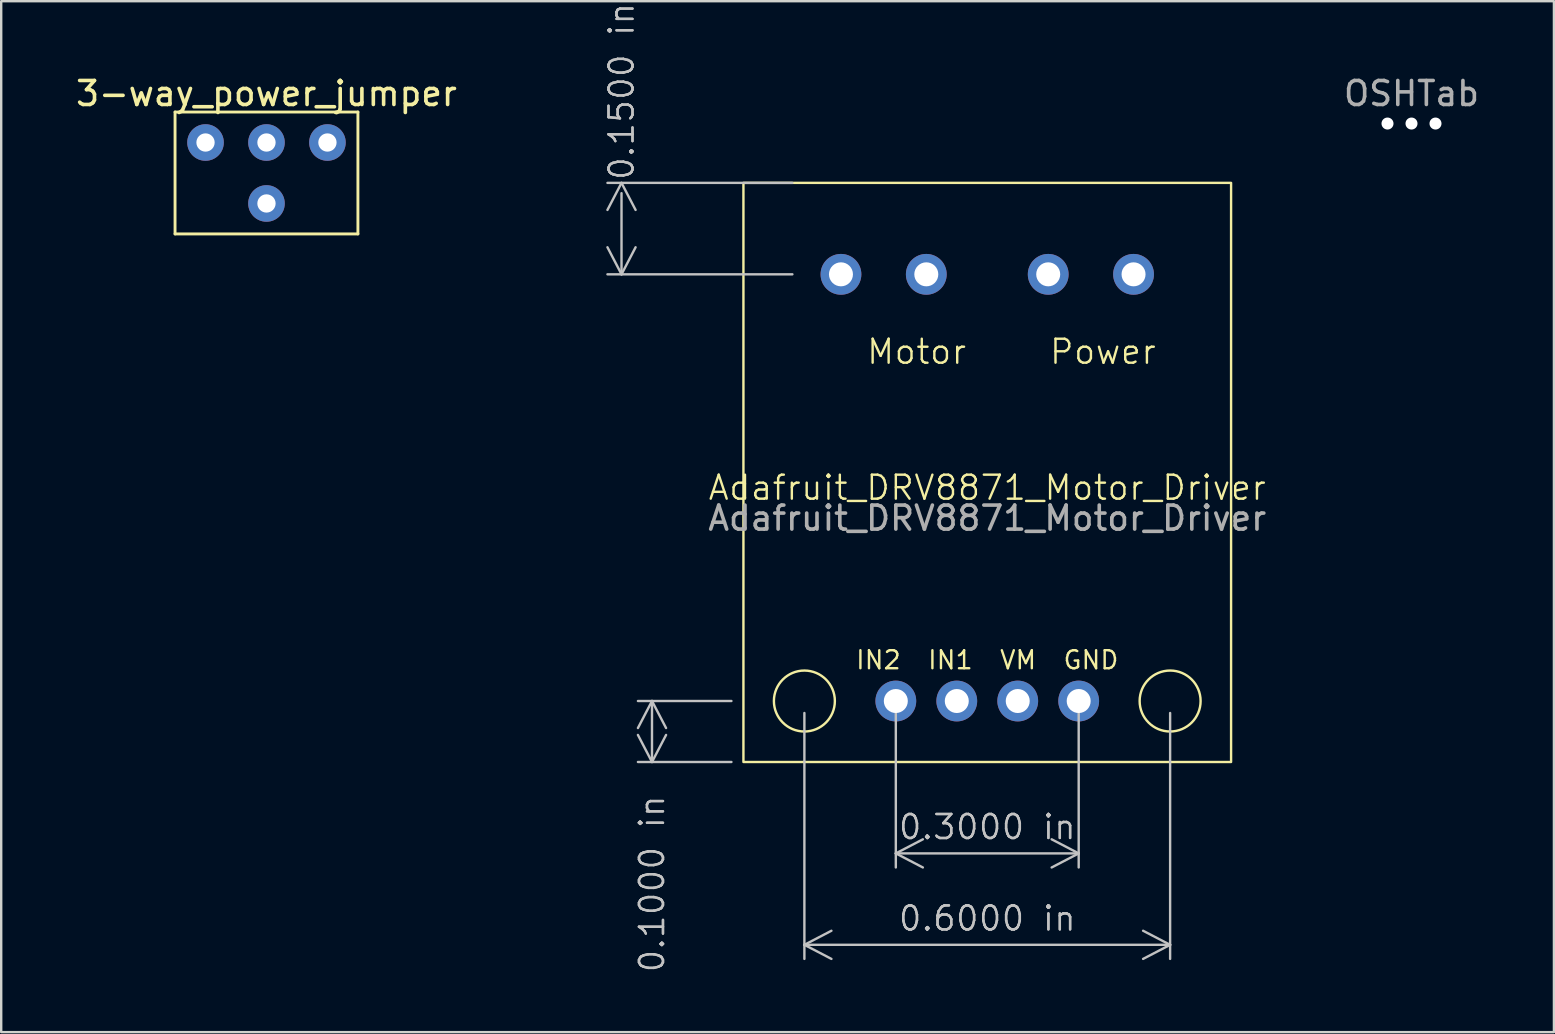
<source format=kicad_pcb>
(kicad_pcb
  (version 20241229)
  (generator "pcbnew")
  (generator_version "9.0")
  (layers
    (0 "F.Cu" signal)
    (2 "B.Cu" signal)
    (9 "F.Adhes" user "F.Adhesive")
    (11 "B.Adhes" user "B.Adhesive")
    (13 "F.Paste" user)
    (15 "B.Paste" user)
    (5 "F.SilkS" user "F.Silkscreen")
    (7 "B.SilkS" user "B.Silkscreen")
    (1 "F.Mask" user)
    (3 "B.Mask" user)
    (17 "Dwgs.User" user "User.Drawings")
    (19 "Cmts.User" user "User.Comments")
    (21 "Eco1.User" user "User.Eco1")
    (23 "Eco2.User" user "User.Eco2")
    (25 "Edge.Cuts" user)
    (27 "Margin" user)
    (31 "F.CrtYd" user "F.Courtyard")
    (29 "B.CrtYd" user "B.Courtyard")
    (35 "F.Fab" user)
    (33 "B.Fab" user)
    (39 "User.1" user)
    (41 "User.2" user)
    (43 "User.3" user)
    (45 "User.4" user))
  (footprint "Adafruit_DRV8871_Motor_Driver"
    (layer "F.Cu")
    (at 27.928 4.571)
    (property "Reference" "Adafruit_DRV8871_Motor_Driver" (at 10.16 12.7 0) (unlocked yes) (layer "F.SilkS") (effects (font (size 1 1) (thickness 0.1))))
    (attr smd)
    (fp_rect (start 0 0) (end 20.32 24.13) (stroke (width 0.1) (type default)) (fill no) (layer "F.SilkS"))
    (fp_circle (center 2.54 21.59) (end 3.81 21.59) (stroke (width 0.1) (type default)) (fill no) (layer "F.SilkS"))
    (fp_circle (center 17.78 21.59) (end 19.05 21.59) (stroke (width 0.1) (type default)) (fill no) (layer "F.SilkS"))
    (fp_text user "Power" (at 12.7 7.62 0) (unlocked yes) (layer "F.SilkS") (effects (font (size 1 1) (thickness 0.1)) (justify left bottom)))
    (fp_text user "Motor" (at 5.08 7.62 0) (unlocked yes) (layer "F.SilkS") (effects (font (size 1 1) (thickness 0.1)) (justify left bottom)))
    (fp_text user "IN2  IN1  VM  GND" (at 10.16 20.32 0) (unlocked yes) (layer "F.SilkS") (effects (font (size 0.75 0.75) (thickness 0.1)) (justify bottom)))
    (fp_text user "${REFERENCE}" (at 10.16 13.97 0) (unlocked yes) (layer "F.Fab") (effects (font (size 1 1) (thickness 0.15))))
    (dimension (type aligned) (layer "Dwgs.User") (pts (xy 34.278 26.16) (xy 41.898 26.16)) (height 6.35) (format (prefix "") (suffix "") (units 0) (units_format 1) (precision 4)) (style (thickness 0.1) (arrow_length 1.27) (text_position_mode 0) (arrow_direction outward) (extension_height 0.586) (extension_offset 0.5) (keep_text_aligned yes)) (gr_text "0.3000 in" (at 38.088 31.41 0) (layer "Dwgs.User") (effects (font (size 1 1) (thickness 0.1)))))
    (dimension (type aligned) (layer "Dwgs.User") (pts (xy 30.468 4.571) (xy 30.468 8.38)) (height 7.62) (format (prefix "") (suffix "") (units 0) (units_format 1) (precision 4)) (style (thickness 0.1) (arrow_length 1.27) (text_position_mode 2) (arrow_direction outward) (extension_height 0.586) (extension_offset 0.5) (keep_text_aligned yes)) (gr_text "0.1500 in" (at 22.848 0.76 90) (layer "Dwgs.User") (effects (font (size 1 1) (thickness 0.1)))))
    (dimension (type aligned) (layer "Dwgs.User") (pts (xy 30.468 26.16) (xy 45.708 26.16)) (height 10.16) (format (prefix "") (suffix "") (units 0) (units_format 1) (precision 4)) (style (thickness 0.1) (arrow_length 1.27) (text_position_mode 0) (arrow_direction outward) (extension_height 0.586) (extension_offset 0.5) (keep_text_aligned yes)) (gr_text "0.6000 in" (at 38.088 35.221 0) (layer "Dwgs.User") (effects (font (size 1 1) (thickness 0.1)))))
    (dimension (type aligned) (layer "Dwgs.User") (pts (xy 27.928 28.701) (xy 27.928 26.16)) (height -3.81) (format (prefix "") (suffix "") (units 0) (units_format 1) (precision 4)) (style (thickness 0.1) (arrow_length 1.27) (text_position_mode 2) (arrow_direction outward) (extension_height 0.586) (extension_offset 0.5) (keep_text_aligned yes)) (gr_text "0.1000 in" (at 24.118 33.781 90) (layer "Dwgs.User") (effects (font (size 1 1) (thickness 0.1)))))
    (pad "0" thru_hole oval (at 12.7 3.81) (size 1.7 1.7) (drill 1) (layers "*.Cu" "*.Mask"))
    (pad "1" thru_hole oval (at 11.43 21.59) (size 1.7 1.7) (drill 1) (layers "*.Cu" "*.Mask"))
    (pad "2" thru_hole oval (at 13.97 21.59) (size 1.7 1.7) (drill 1) (layers "*.Cu" "*.Mask"))
    (pad "2" thru_hole oval (at 16.256 3.81) (size 1.7 1.7) (drill 1) (layers "*.Cu" "*.Mask"))
    (pad "3" thru_hole oval (at 8.89 21.59) (size 1.7 1.7) (drill 1) (layers "*.Cu" "*.Mask"))
    (pad "4" thru_hole oval (at 6.35 21.59) (size 1.7 1.7) (drill 1) (layers "*.Cu" "*.Mask"))
    (pad "5" thru_hole oval (at 7.62 3.81) (size 1.7 1.7) (drill 1) (layers "*.Cu" "*.Mask"))
    (pad "6" thru_hole oval (at 4.064 3.81) (size 1.7 1.7) (drill 1) (layers "*.Cu" "*.Mask")))
  (footprint "3-way_power_jumper"
    (layer "F.Cu")
    (at 8.054 0.348)
    (property "Reference" "3-way_power_jumper" (at 0 0.5 0) (layer "F.SilkS") (effects (font (size 1 1) (thickness 0.15))))
    (attr through_hole)
    (fp_line (start -3.81 1.27) (end 3.81 1.27) (stroke (width 0.12) (type solid)) (layer "F.SilkS"))
    (fp_line (start -3.81 6.35) (end -3.81 1.27) (stroke (width 0.12) (type solid)) (layer "F.SilkS"))
    (fp_line (start 3.81 1.27) (end 3.81 6.35) (stroke (width 0.12) (type solid)) (layer "F.SilkS"))
    (fp_line (start 3.81 6.35) (end -3.81 6.35) (stroke (width 0.12) (type solid)) (layer "F.SilkS"))
    (pad "1" thru_hole circle (at 0 2.54) (size 1.524 1.524) (drill 0.762) (layers "*.Cu" "*.Mask"))
    (pad "2" thru_hole circle (at -2.54 2.54) (size 1.524 1.524) (drill 0.762) (layers "*.Cu" "*.Mask"))
    (pad "3" thru_hole circle (at 0 5.08) (size 1.524 1.524) (drill 0.762) (layers "*.Cu" "*.Mask"))
    (pad "4" thru_hole circle (at 2.54 2.54) (size 1.524 1.524) (drill 0.762) (layers "*.Cu" "*.Mask")))
  (footprint "OSHTab"
    (layer "F.Cu")
    (at 55.766 2.098)
    (property "Reference" "OSHTab" (at 0 -1.25 0) (layer "F.Fab") (effects (font (size 1 1) (thickness 0.15))))
    (attr exclude_from_pos_files exclude_from_bom)
    (pad "" np_thru_hole circle (at -1 0) (size 0.5 0.5) (drill 0.5) (layers "*.Cu"))
    (pad "" np_thru_hole circle (at 0 0) (size 0.5 0.5) (drill 0.5) (layers "*.Cu"))
    (pad "" np_thru_hole circle (at 1 0) (size 0.5 0.5) (drill 0.5) (layers "*.Cu")))
  (gr_rect
    (start -3 -3)
    (end 61.701 39.957)
    (stroke (width 0.1) (type default))
    (fill no)
    (layer "Edge.Cuts")))
</source>
